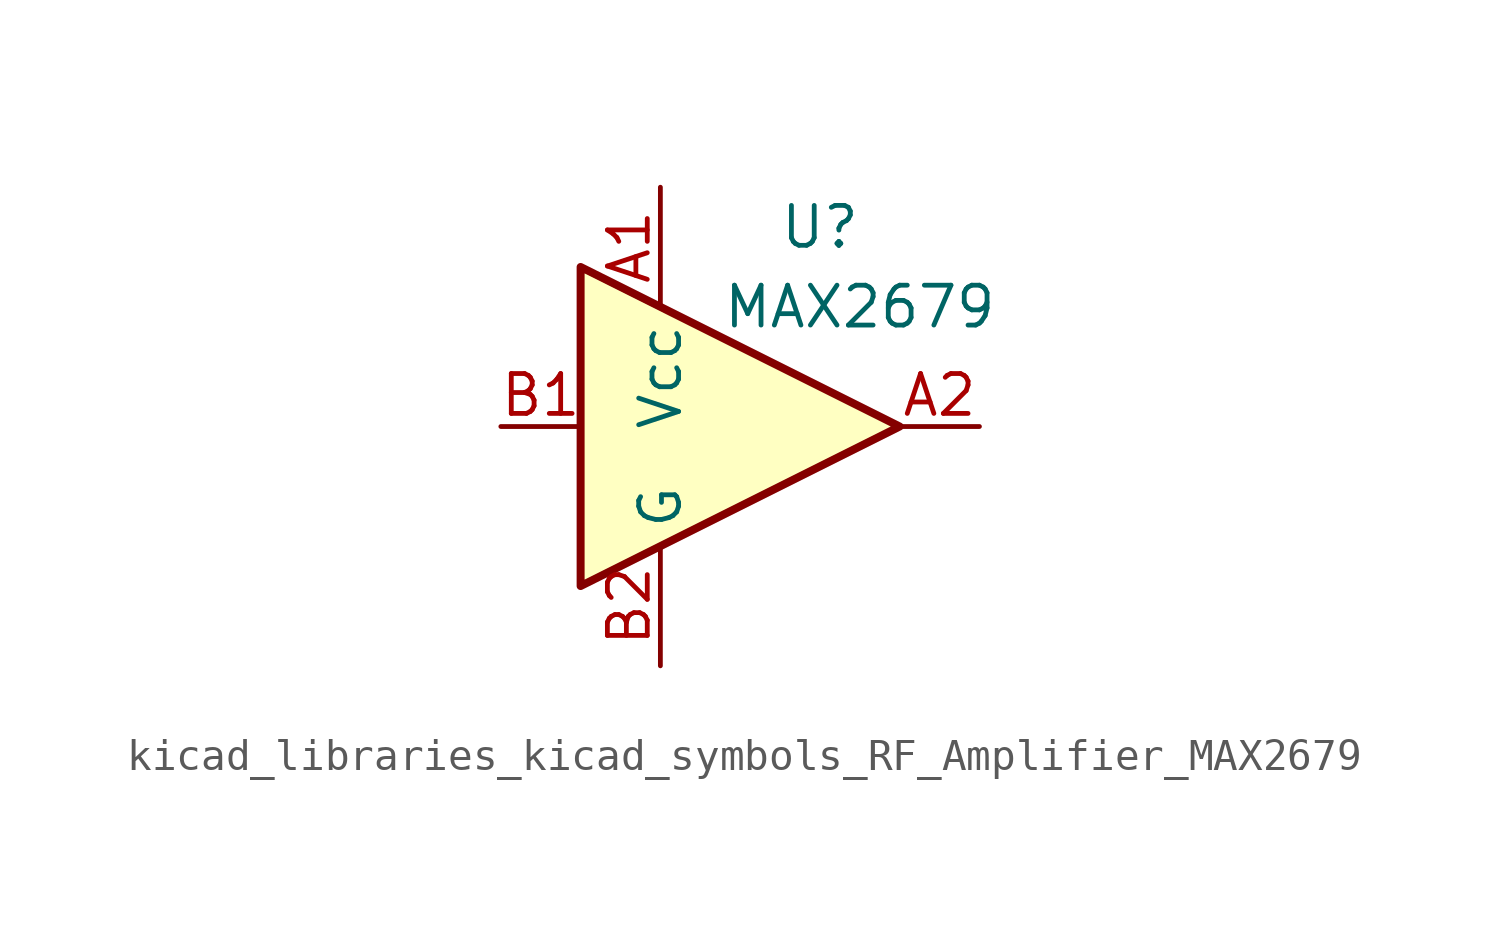
<source format=kicad_sym>
(kicad_symbol_lib
  (version 20220914)
  (generator kicad_symbol_editor)
  (symbol "kicad_libraries_kicad_symbols_RF_Amplifier_MAX2679"
    (property "Reference" "U"
      (at 2.54 6.35 0)
      (effects (font (size 1.27 1.27))))
    (property "Value" "MAX2679"
      (at 3.81 3.81 0)
      (effects (font (size 1.27 1.27))))
    (symbol "kicad_libraries_kicad_symbols_RF_Amplifier_MAX2679_0_1"
      (polyline (pts (xy 5.08 0) (xy -5.08 5.08) (xy -5.08 -5.08) (xy 5.08 0)) (stroke (width 0.254) (type default)) (fill (type background))))
    (symbol "kicad_libraries_kicad_symbols_RF_Amplifier_MAX2679_1_1"
      (pin power_in line (at -2.54 7.62 270) (length 3.81) (name "Vcc" (effects (font (size 1.27 1.27)))) (number "A1" (effects (font (size 1.27 1.27)))))
      (pin output line (at 7.62 0 180) (length 2.54) (name "~" (effects (font (size 1.27 1.27)))) (number "A2" (effects (font (size 1.27 1.27)))))
      (pin input line (at -7.62 0 0) (length 2.54) (name "~" (effects (font (size 1.27 1.27)))) (number "B1" (effects (font (size 1.27 1.27)))))
      (pin power_in line (at -2.54 -7.62 90) (length 3.81) (name "G" (effects (font (size 1.27 1.27)))) (number "B2" (effects (font (size 1.27 1.27))))))))
</source>
